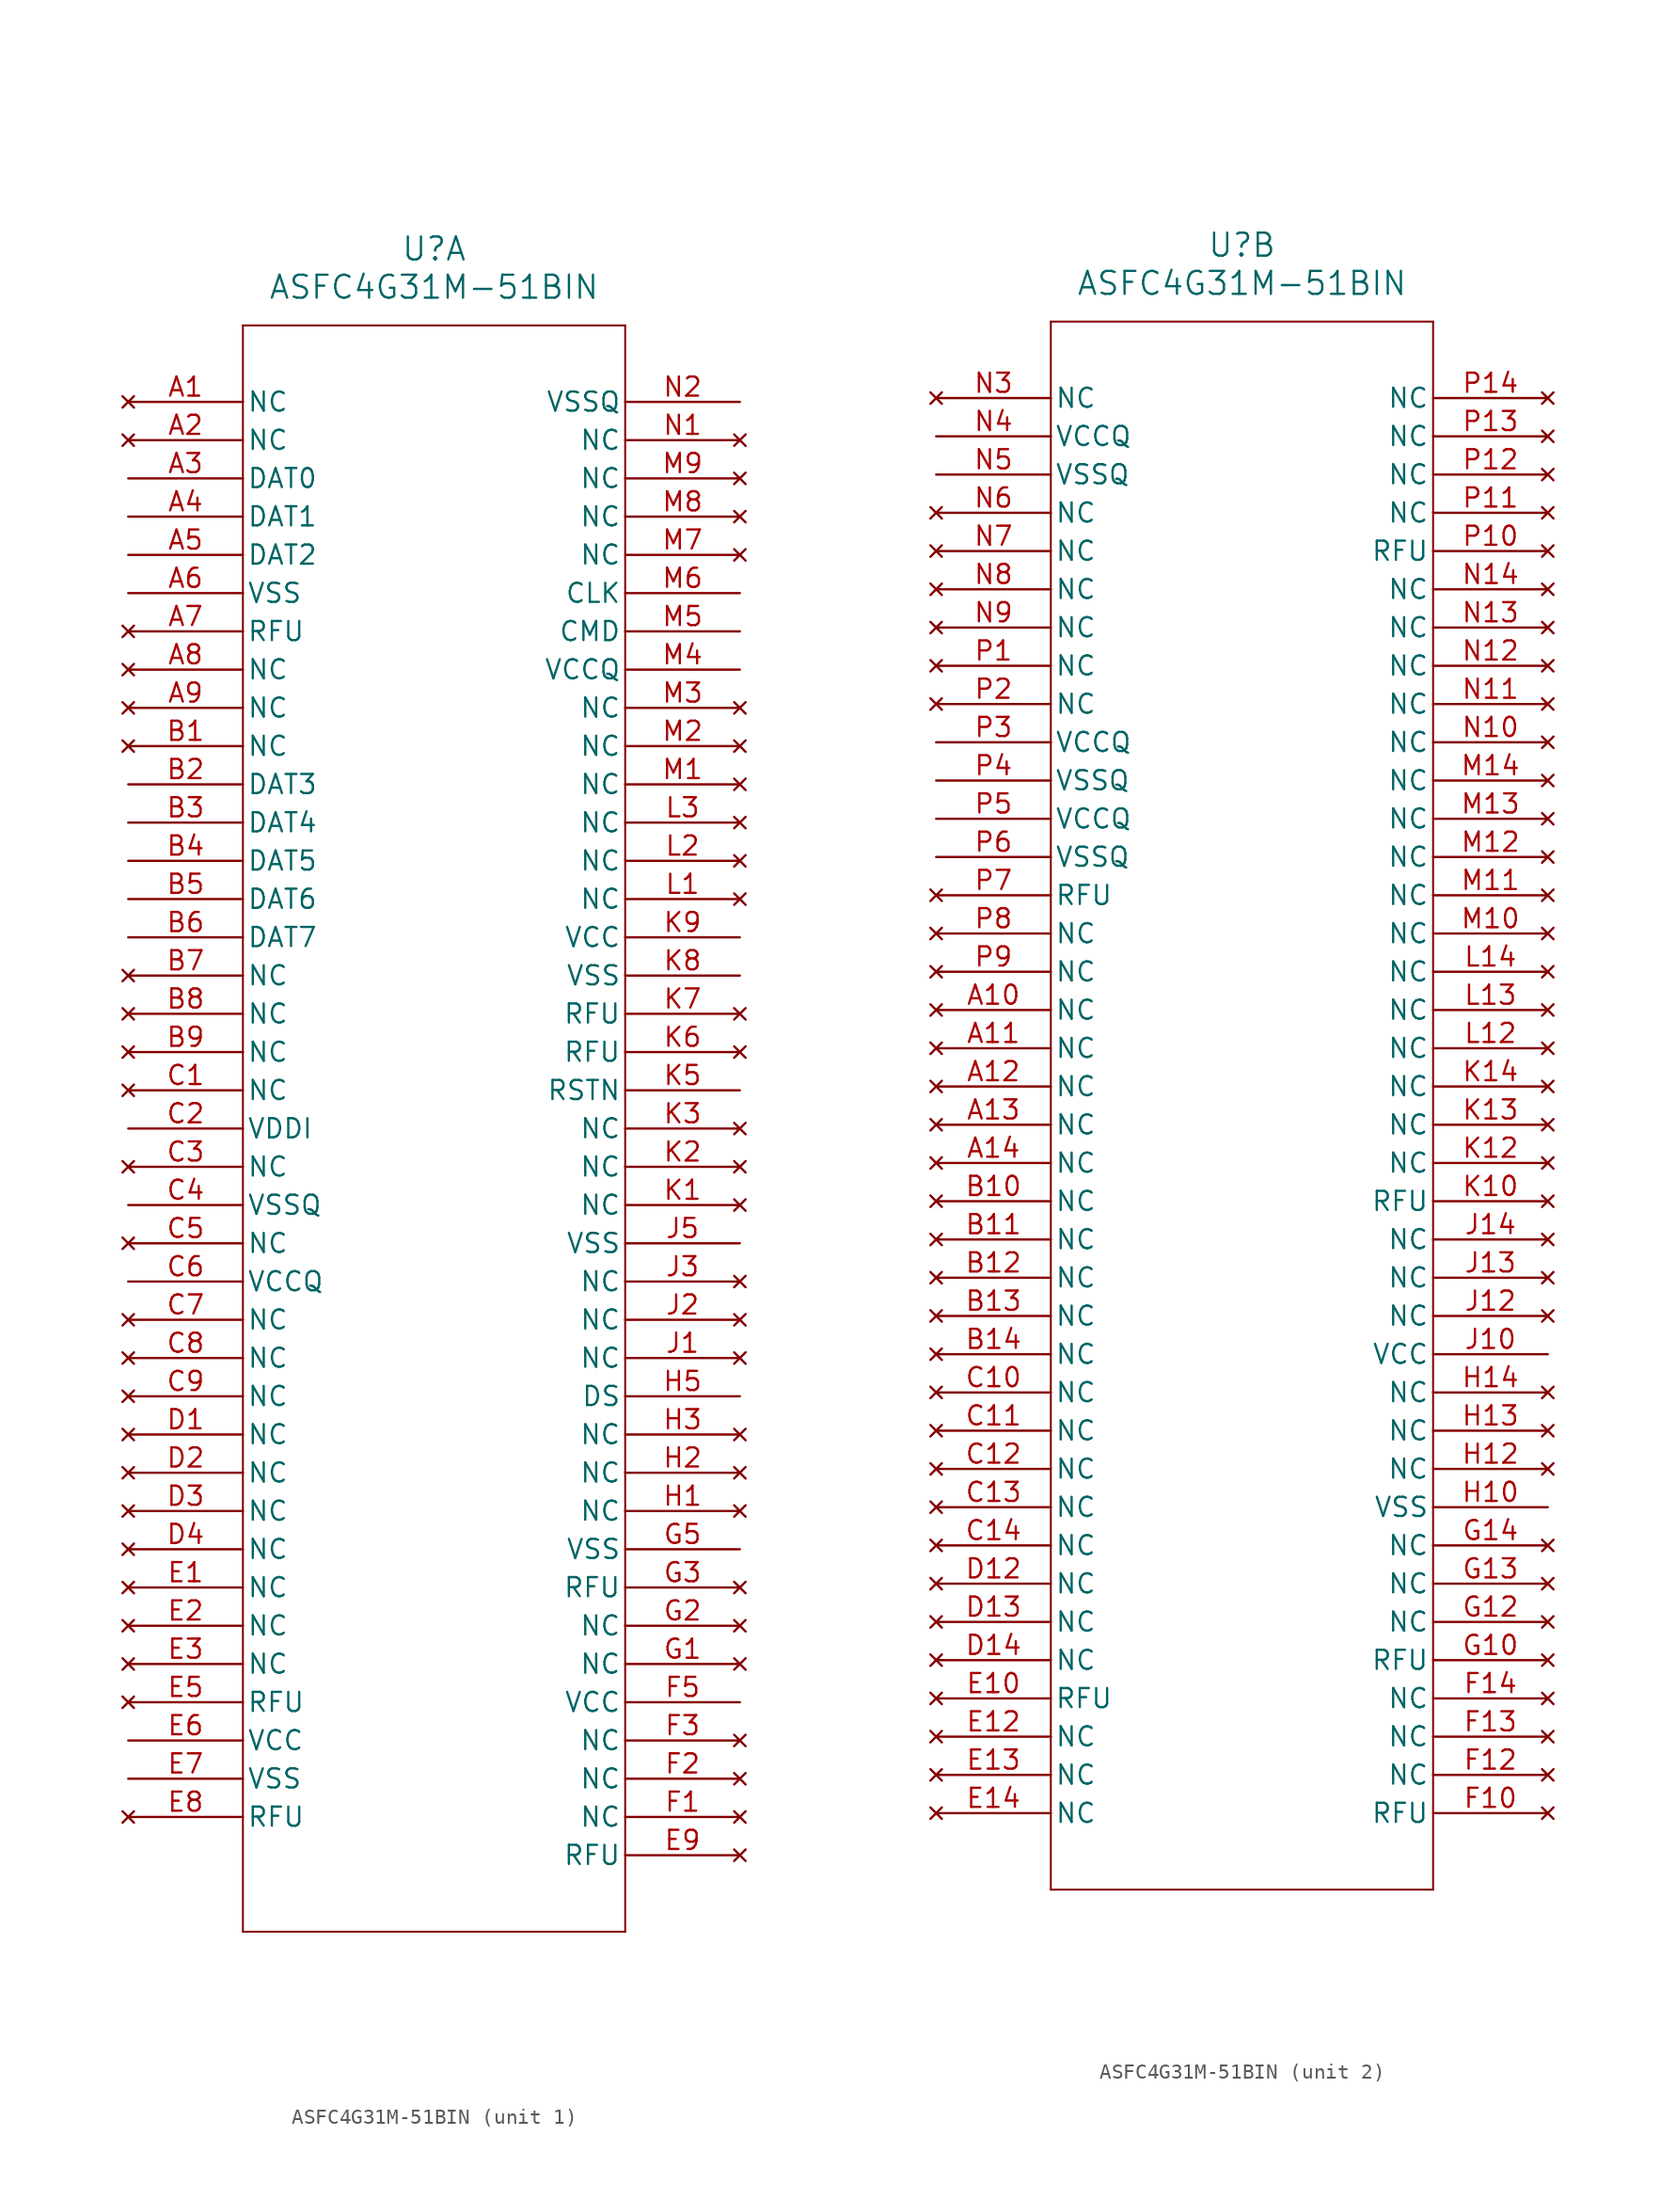
<source format=kicad_sym>
(kicad_symbol_lib
  (version 20211014)
  (generator kicad_symbol_editor)
  (symbol "ASFC4G31M-51BIN"
    (pin_names
      (offset 0.254))
    (property "Reference" "U"
      (at 20.32 10.16 0)
      (effects (font (size 1.524 1.524))))
    (property "Value" "ASFC4G31M-51BIN"
      (at 20.32 7.62 0)
      (effects (font (size 1.524 1.524))))
    (symbol "ASFC4G31M-51BIN_1_1"
      (polyline (pts (xy 7.62 5.08) (xy 7.62 -101.6)) (stroke (width 0.127) (type default) (color 0 0 0 0)) (fill (type none)))
      (polyline (pts (xy 7.62 -101.6) (xy 33.02 -101.6)) (stroke (width 0.127) (type default) (color 0 0 0 0)) (fill (type none)))
      (polyline (pts (xy 33.02 -101.6) (xy 33.02 5.08)) (stroke (width 0.127) (type default) (color 0 0 0 0)) (fill (type none)))
      (polyline (pts (xy 33.02 5.08) (xy 7.62 5.08)) (stroke (width 0.127) (type default) (color 0 0 0 0)) (fill (type none)))
      (pin no_connect line (at 0 0 0) (length 7.62) (name "NC" (effects (font (size 1.27 1.27)))) (number "A1" (effects (font (size 1.27 1.27)))))
      (pin no_connect line (at 0 -2.54 0) (length 7.62) (name "NC" (effects (font (size 1.27 1.27)))) (number "A2" (effects (font (size 1.27 1.27)))))
      (pin bidirectional line (at 0 -5.08 0) (length 7.62) (name "DAT0" (effects (font (size 1.27 1.27)))) (number "A3" (effects (font (size 1.27 1.27)))))
      (pin bidirectional line (at 0 -7.62 0) (length 7.62) (name "DAT1" (effects (font (size 1.27 1.27)))) (number "A4" (effects (font (size 1.27 1.27)))))
      (pin bidirectional line (at 0 -10.16 0) (length 7.62) (name "DAT2" (effects (font (size 1.27 1.27)))) (number "A5" (effects (font (size 1.27 1.27)))))
      (pin power_out line (at 0 -12.7 0) (length 7.62) (name "VSS" (effects (font (size 1.27 1.27)))) (number "A6" (effects (font (size 1.27 1.27)))))
      (pin no_connect line (at 0 -15.24 0) (length 7.62) (name "RFU" (effects (font (size 1.27 1.27)))) (number "A7" (effects (font (size 1.27 1.27)))))
      (pin no_connect line (at 0 -17.78 0) (length 7.62) (name "NC" (effects (font (size 1.27 1.27)))) (number "A8" (effects (font (size 1.27 1.27)))))
      (pin no_connect line (at 0 -20.32 0) (length 7.62) (name "NC" (effects (font (size 1.27 1.27)))) (number "A9" (effects (font (size 1.27 1.27)))))
      (pin no_connect line (at 0 -22.86 0) (length 7.62) (name "NC" (effects (font (size 1.27 1.27)))) (number "B1" (effects (font (size 1.27 1.27)))))
      (pin bidirectional line (at 0 -25.4 0) (length 7.62) (name "DAT3" (effects (font (size 1.27 1.27)))) (number "B2" (effects (font (size 1.27 1.27)))))
      (pin bidirectional line (at 0 -27.94 0) (length 7.62) (name "DAT4" (effects (font (size 1.27 1.27)))) (number "B3" (effects (font (size 1.27 1.27)))))
      (pin bidirectional line (at 0 -30.48 0) (length 7.62) (name "DAT5" (effects (font (size 1.27 1.27)))) (number "B4" (effects (font (size 1.27 1.27)))))
      (pin bidirectional line (at 0 -33.02 0) (length 7.62) (name "DAT6" (effects (font (size 1.27 1.27)))) (number "B5" (effects (font (size 1.27 1.27)))))
      (pin bidirectional line (at 0 -35.56 0) (length 7.62) (name "DAT7" (effects (font (size 1.27 1.27)))) (number "B6" (effects (font (size 1.27 1.27)))))
      (pin no_connect line (at 0 -38.1 0) (length 7.62) (name "NC" (effects (font (size 1.27 1.27)))) (number "B7" (effects (font (size 1.27 1.27)))))
      (pin no_connect line (at 0 -40.64 0) (length 7.62) (name "NC" (effects (font (size 1.27 1.27)))) (number "B8" (effects (font (size 1.27 1.27)))))
      (pin no_connect line (at 0 -43.18 0) (length 7.62) (name "NC" (effects (font (size 1.27 1.27)))) (number "B9" (effects (font (size 1.27 1.27)))))
      (pin no_connect line (at 0 -45.72 0) (length 7.62) (name "NC" (effects (font (size 1.27 1.27)))) (number "C1" (effects (font (size 1.27 1.27)))))
      (pin power_in line (at 0 -48.26 0) (length 7.62) (name "VDDI" (effects (font (size 1.27 1.27)))) (number "C2" (effects (font (size 1.27 1.27)))))
      (pin no_connect line (at 0 -50.8 0) (length 7.62) (name "NC" (effects (font (size 1.27 1.27)))) (number "C3" (effects (font (size 1.27 1.27)))))
      (pin power_out line (at 0 -53.34 0) (length 7.62) (name "VSSQ" (effects (font (size 1.27 1.27)))) (number "C4" (effects (font (size 1.27 1.27)))))
      (pin no_connect line (at 0 -55.88 0) (length 7.62) (name "NC" (effects (font (size 1.27 1.27)))) (number "C5" (effects (font (size 1.27 1.27)))))
      (pin power_in line (at 0 -58.42 0) (length 7.62) (name "VCCQ" (effects (font (size 1.27 1.27)))) (number "C6" (effects (font (size 1.27 1.27)))))
      (pin no_connect line (at 0 -60.96 0) (length 7.62) (name "NC" (effects (font (size 1.27 1.27)))) (number "C7" (effects (font (size 1.27 1.27)))))
      (pin no_connect line (at 0 -63.5 0) (length 7.62) (name "NC" (effects (font (size 1.27 1.27)))) (number "C8" (effects (font (size 1.27 1.27)))))
      (pin no_connect line (at 0 -66.04 0) (length 7.62) (name "NC" (effects (font (size 1.27 1.27)))) (number "C9" (effects (font (size 1.27 1.27)))))
      (pin no_connect line (at 0 -68.58 0) (length 7.62) (name "NC" (effects (font (size 1.27 1.27)))) (number "D1" (effects (font (size 1.27 1.27)))))
      (pin no_connect line (at 0 -71.12 0) (length 7.62) (name "NC" (effects (font (size 1.27 1.27)))) (number "D2" (effects (font (size 1.27 1.27)))))
      (pin no_connect line (at 0 -73.66 0) (length 7.62) (name "NC" (effects (font (size 1.27 1.27)))) (number "D3" (effects (font (size 1.27 1.27)))))
      (pin no_connect line (at 0 -76.2 0) (length 7.62) (name "NC" (effects (font (size 1.27 1.27)))) (number "D4" (effects (font (size 1.27 1.27)))))
      (pin no_connect line (at 0 -78.74 0) (length 7.62) (name "NC" (effects (font (size 1.27 1.27)))) (number "E1" (effects (font (size 1.27 1.27)))))
      (pin no_connect line (at 0 -81.28 0) (length 7.62) (name "NC" (effects (font (size 1.27 1.27)))) (number "E2" (effects (font (size 1.27 1.27)))))
      (pin no_connect line (at 0 -83.82 0) (length 7.62) (name "NC" (effects (font (size 1.27 1.27)))) (number "E3" (effects (font (size 1.27 1.27)))))
      (pin no_connect line (at 0 -86.36 0) (length 7.62) (name "RFU" (effects (font (size 1.27 1.27)))) (number "E5" (effects (font (size 1.27 1.27)))))
      (pin power_in line (at 0 -88.9 0) (length 7.62) (name "VCC" (effects (font (size 1.27 1.27)))) (number "E6" (effects (font (size 1.27 1.27)))))
      (pin power_out line (at 0 -91.44 0) (length 7.62) (name "VSS" (effects (font (size 1.27 1.27)))) (number "E7" (effects (font (size 1.27 1.27)))))
      (pin no_connect line (at 0 -93.98 0) (length 7.62) (name "RFU" (effects (font (size 1.27 1.27)))) (number "E8" (effects (font (size 1.27 1.27)))))
      (pin no_connect line (at 40.64 -96.52 180) (length 7.62) (name "RFU" (effects (font (size 1.27 1.27)))) (number "E9" (effects (font (size 1.27 1.27)))))
      (pin no_connect line (at 40.64 -93.98 180) (length 7.62) (name "NC" (effects (font (size 1.27 1.27)))) (number "F1" (effects (font (size 1.27 1.27)))))
      (pin no_connect line (at 40.64 -91.44 180) (length 7.62) (name "NC" (effects (font (size 1.27 1.27)))) (number "F2" (effects (font (size 1.27 1.27)))))
      (pin no_connect line (at 40.64 -88.9 180) (length 7.62) (name "NC" (effects (font (size 1.27 1.27)))) (number "F3" (effects (font (size 1.27 1.27)))))
      (pin power_in line (at 40.64 -86.36 180) (length 7.62) (name "VCC" (effects (font (size 1.27 1.27)))) (number "F5" (effects (font (size 1.27 1.27)))))
      (pin no_connect line (at 40.64 -83.82 180) (length 7.62) (name "NC" (effects (font (size 1.27 1.27)))) (number "G1" (effects (font (size 1.27 1.27)))))
      (pin no_connect line (at 40.64 -81.28 180) (length 7.62) (name "NC" (effects (font (size 1.27 1.27)))) (number "G2" (effects (font (size 1.27 1.27)))))
      (pin no_connect line (at 40.64 -78.74 180) (length 7.62) (name "RFU" (effects (font (size 1.27 1.27)))) (number "G3" (effects (font (size 1.27 1.27)))))
      (pin power_out line (at 40.64 -76.2 180) (length 7.62) (name "VSS" (effects (font (size 1.27 1.27)))) (number "G5" (effects (font (size 1.27 1.27)))))
      (pin no_connect line (at 40.64 -73.66 180) (length 7.62) (name "NC" (effects (font (size 1.27 1.27)))) (number "H1" (effects (font (size 1.27 1.27)))))
      (pin no_connect line (at 40.64 -71.12 180) (length 7.62) (name "NC" (effects (font (size 1.27 1.27)))) (number "H2" (effects (font (size 1.27 1.27)))))
      (pin no_connect line (at 40.64 -68.58 180) (length 7.62) (name "NC" (effects (font (size 1.27 1.27)))) (number "H3" (effects (font (size 1.27 1.27)))))
      (pin output line (at 40.64 -66.04 180) (length 7.62) (name "DS" (effects (font (size 1.27 1.27)))) (number "H5" (effects (font (size 1.27 1.27)))))
      (pin no_connect line (at 40.64 -63.5 180) (length 7.62) (name "NC" (effects (font (size 1.27 1.27)))) (number "J1" (effects (font (size 1.27 1.27)))))
      (pin no_connect line (at 40.64 -60.96 180) (length 7.62) (name "NC" (effects (font (size 1.27 1.27)))) (number "J2" (effects (font (size 1.27 1.27)))))
      (pin no_connect line (at 40.64 -58.42 180) (length 7.62) (name "NC" (effects (font (size 1.27 1.27)))) (number "J3" (effects (font (size 1.27 1.27)))))
      (pin power_out line (at 40.64 -55.88 180) (length 7.62) (name "VSS" (effects (font (size 1.27 1.27)))) (number "J5" (effects (font (size 1.27 1.27)))))
      (pin no_connect line (at 40.64 -53.34 180) (length 7.62) (name "NC" (effects (font (size 1.27 1.27)))) (number "K1" (effects (font (size 1.27 1.27)))))
      (pin no_connect line (at 40.64 -50.8 180) (length 7.62) (name "NC" (effects (font (size 1.27 1.27)))) (number "K2" (effects (font (size 1.27 1.27)))))
      (pin no_connect line (at 40.64 -48.26 180) (length 7.62) (name "NC" (effects (font (size 1.27 1.27)))) (number "K3" (effects (font (size 1.27 1.27)))))
      (pin input line (at 40.64 -45.72 180) (length 7.62) (name "RSTN" (effects (font (size 1.27 1.27)))) (number "K5" (effects (font (size 1.27 1.27)))))
      (pin no_connect line (at 40.64 -43.18 180) (length 7.62) (name "RFU" (effects (font (size 1.27 1.27)))) (number "K6" (effects (font (size 1.27 1.27)))))
      (pin no_connect line (at 40.64 -40.64 180) (length 7.62) (name "RFU" (effects (font (size 1.27 1.27)))) (number "K7" (effects (font (size 1.27 1.27)))))
      (pin power_out line (at 40.64 -38.1 180) (length 7.62) (name "VSS" (effects (font (size 1.27 1.27)))) (number "K8" (effects (font (size 1.27 1.27)))))
      (pin power_in line (at 40.64 -35.56 180) (length 7.62) (name "VCC" (effects (font (size 1.27 1.27)))) (number "K9" (effects (font (size 1.27 1.27)))))
      (pin no_connect line (at 40.64 -33.02 180) (length 7.62) (name "NC" (effects (font (size 1.27 1.27)))) (number "L1" (effects (font (size 1.27 1.27)))))
      (pin no_connect line (at 40.64 -30.48 180) (length 7.62) (name "NC" (effects (font (size 1.27 1.27)))) (number "L2" (effects (font (size 1.27 1.27)))))
      (pin no_connect line (at 40.64 -27.94 180) (length 7.62) (name "NC" (effects (font (size 1.27 1.27)))) (number "L3" (effects (font (size 1.27 1.27)))))
      (pin no_connect line (at 40.64 -25.4 180) (length 7.62) (name "NC" (effects (font (size 1.27 1.27)))) (number "M1" (effects (font (size 1.27 1.27)))))
      (pin no_connect line (at 40.64 -22.86 180) (length 7.62) (name "NC" (effects (font (size 1.27 1.27)))) (number "M2" (effects (font (size 1.27 1.27)))))
      (pin no_connect line (at 40.64 -20.32 180) (length 7.62) (name "NC" (effects (font (size 1.27 1.27)))) (number "M3" (effects (font (size 1.27 1.27)))))
      (pin power_in line (at 40.64 -17.78 180) (length 7.62) (name "VCCQ" (effects (font (size 1.27 1.27)))) (number "M4" (effects (font (size 1.27 1.27)))))
      (pin bidirectional line (at 40.64 -15.24 180) (length 7.62) (name "CMD" (effects (font (size 1.27 1.27)))) (number "M5" (effects (font (size 1.27 1.27)))))
      (pin input line (at 40.64 -12.7 180) (length 7.62) (name "CLK" (effects (font (size 1.27 1.27)))) (number "M6" (effects (font (size 1.27 1.27)))))
      (pin no_connect line (at 40.64 -10.16 180) (length 7.62) (name "NC" (effects (font (size 1.27 1.27)))) (number "M7" (effects (font (size 1.27 1.27)))))
      (pin no_connect line (at 40.64 -7.62 180) (length 7.62) (name "NC" (effects (font (size 1.27 1.27)))) (number "M8" (effects (font (size 1.27 1.27)))))
      (pin no_connect line (at 40.64 -5.08 180) (length 7.62) (name "NC" (effects (font (size 1.27 1.27)))) (number "M9" (effects (font (size 1.27 1.27)))))
      (pin no_connect line (at 40.64 -2.54 180) (length 7.62) (name "NC" (effects (font (size 1.27 1.27)))) (number "N1" (effects (font (size 1.27 1.27)))))
      (pin power_out line (at 40.64 0 180) (length 7.62) (name "VSSQ" (effects (font (size 1.27 1.27)))) (number "N2" (effects (font (size 1.27 1.27))))))
    (symbol "ASFC4G31M-51BIN_2_1"
      (polyline (pts (xy 7.62 5.08) (xy 7.62 -99.06)) (stroke (width 0.127) (type default) (color 0 0 0 0)) (fill (type none)))
      (polyline (pts (xy 7.62 -99.06) (xy 33.02 -99.06)) (stroke (width 0.127) (type default) (color 0 0 0 0)) (fill (type none)))
      (polyline (pts (xy 33.02 -99.06) (xy 33.02 5.08)) (stroke (width 0.127) (type default) (color 0 0 0 0)) (fill (type none)))
      (polyline (pts (xy 33.02 5.08) (xy 7.62 5.08)) (stroke (width 0.127) (type default) (color 0 0 0 0)) (fill (type none)))
      (pin no_connect line (at 0 0 0) (length 7.62) (name "NC" (effects (font (size 1.27 1.27)))) (number "N3" (effects (font (size 1.27 1.27)))))
      (pin power_in line (at 0 -2.54 0) (length 7.62) (name "VCCQ" (effects (font (size 1.27 1.27)))) (number "N4" (effects (font (size 1.27 1.27)))))
      (pin power_out line (at 0 -5.08 0) (length 7.62) (name "VSSQ" (effects (font (size 1.27 1.27)))) (number "N5" (effects (font (size 1.27 1.27)))))
      (pin no_connect line (at 0 -7.62 0) (length 7.62) (name "NC" (effects (font (size 1.27 1.27)))) (number "N6" (effects (font (size 1.27 1.27)))))
      (pin no_connect line (at 0 -10.16 0) (length 7.62) (name "NC" (effects (font (size 1.27 1.27)))) (number "N7" (effects (font (size 1.27 1.27)))))
      (pin no_connect line (at 0 -12.7 0) (length 7.62) (name "NC" (effects (font (size 1.27 1.27)))) (number "N8" (effects (font (size 1.27 1.27)))))
      (pin no_connect line (at 0 -15.24 0) (length 7.62) (name "NC" (effects (font (size 1.27 1.27)))) (number "N9" (effects (font (size 1.27 1.27)))))
      (pin no_connect line (at 0 -17.78 0) (length 7.62) (name "NC" (effects (font (size 1.27 1.27)))) (number "P1" (effects (font (size 1.27 1.27)))))
      (pin no_connect line (at 0 -20.32 0) (length 7.62) (name "NC" (effects (font (size 1.27 1.27)))) (number "P2" (effects (font (size 1.27 1.27)))))
      (pin power_in line (at 0 -22.86 0) (length 7.62) (name "VCCQ" (effects (font (size 1.27 1.27)))) (number "P3" (effects (font (size 1.27 1.27)))))
      (pin power_out line (at 0 -25.4 0) (length 7.62) (name "VSSQ" (effects (font (size 1.27 1.27)))) (number "P4" (effects (font (size 1.27 1.27)))))
      (pin power_in line (at 0 -27.94 0) (length 7.62) (name "VCCQ" (effects (font (size 1.27 1.27)))) (number "P5" (effects (font (size 1.27 1.27)))))
      (pin power_out line (at 0 -30.48 0) (length 7.62) (name "VSSQ" (effects (font (size 1.27 1.27)))) (number "P6" (effects (font (size 1.27 1.27)))))
      (pin no_connect line (at 0 -33.02 0) (length 7.62) (name "RFU" (effects (font (size 1.27 1.27)))) (number "P7" (effects (font (size 1.27 1.27)))))
      (pin no_connect line (at 0 -35.56 0) (length 7.62) (name "NC" (effects (font (size 1.27 1.27)))) (number "P8" (effects (font (size 1.27 1.27)))))
      (pin no_connect line (at 0 -38.1 0) (length 7.62) (name "NC" (effects (font (size 1.27 1.27)))) (number "P9" (effects (font (size 1.27 1.27)))))
      (pin no_connect line (at 0 -40.64 0) (length 7.62) (name "NC" (effects (font (size 1.27 1.27)))) (number "A10" (effects (font (size 1.27 1.27)))))
      (pin no_connect line (at 0 -43.18 0) (length 7.62) (name "NC" (effects (font (size 1.27 1.27)))) (number "A11" (effects (font (size 1.27 1.27)))))
      (pin no_connect line (at 0 -45.72 0) (length 7.62) (name "NC" (effects (font (size 1.27 1.27)))) (number "A12" (effects (font (size 1.27 1.27)))))
      (pin no_connect line (at 0 -48.26 0) (length 7.62) (name "NC" (effects (font (size 1.27 1.27)))) (number "A13" (effects (font (size 1.27 1.27)))))
      (pin no_connect line (at 0 -50.8 0) (length 7.62) (name "NC" (effects (font (size 1.27 1.27)))) (number "A14" (effects (font (size 1.27 1.27)))))
      (pin no_connect line (at 0 -53.34 0) (length 7.62) (name "NC" (effects (font (size 1.27 1.27)))) (number "B10" (effects (font (size 1.27 1.27)))))
      (pin no_connect line (at 0 -55.88 0) (length 7.62) (name "NC" (effects (font (size 1.27 1.27)))) (number "B11" (effects (font (size 1.27 1.27)))))
      (pin no_connect line (at 0 -58.42 0) (length 7.62) (name "NC" (effects (font (size 1.27 1.27)))) (number "B12" (effects (font (size 1.27 1.27)))))
      (pin no_connect line (at 0 -60.96 0) (length 7.62) (name "NC" (effects (font (size 1.27 1.27)))) (number "B13" (effects (font (size 1.27 1.27)))))
      (pin no_connect line (at 0 -63.5 0) (length 7.62) (name "NC" (effects (font (size 1.27 1.27)))) (number "B14" (effects (font (size 1.27 1.27)))))
      (pin no_connect line (at 0 -66.04 0) (length 7.62) (name "NC" (effects (font (size 1.27 1.27)))) (number "C10" (effects (font (size 1.27 1.27)))))
      (pin no_connect line (at 0 -68.58 0) (length 7.62) (name "NC" (effects (font (size 1.27 1.27)))) (number "C11" (effects (font (size 1.27 1.27)))))
      (pin no_connect line (at 0 -71.12 0) (length 7.62) (name "NC" (effects (font (size 1.27 1.27)))) (number "C12" (effects (font (size 1.27 1.27)))))
      (pin no_connect line (at 0 -73.66 0) (length 7.62) (name "NC" (effects (font (size 1.27 1.27)))) (number "C13" (effects (font (size 1.27 1.27)))))
      (pin no_connect line (at 0 -76.2 0) (length 7.62) (name "NC" (effects (font (size 1.27 1.27)))) (number "C14" (effects (font (size 1.27 1.27)))))
      (pin no_connect line (at 0 -78.74 0) (length 7.62) (name "NC" (effects (font (size 1.27 1.27)))) (number "D12" (effects (font (size 1.27 1.27)))))
      (pin no_connect line (at 0 -81.28 0) (length 7.62) (name "NC" (effects (font (size 1.27 1.27)))) (number "D13" (effects (font (size 1.27 1.27)))))
      (pin no_connect line (at 0 -83.82 0) (length 7.62) (name "NC" (effects (font (size 1.27 1.27)))) (number "D14" (effects (font (size 1.27 1.27)))))
      (pin no_connect line (at 0 -86.36 0) (length 7.62) (name "RFU" (effects (font (size 1.27 1.27)))) (number "E10" (effects (font (size 1.27 1.27)))))
      (pin no_connect line (at 0 -88.9 0) (length 7.62) (name "NC" (effects (font (size 1.27 1.27)))) (number "E12" (effects (font (size 1.27 1.27)))))
      (pin no_connect line (at 0 -91.44 0) (length 7.62) (name "NC" (effects (font (size 1.27 1.27)))) (number "E13" (effects (font (size 1.27 1.27)))))
      (pin no_connect line (at 0 -93.98 0) (length 7.62) (name "NC" (effects (font (size 1.27 1.27)))) (number "E14" (effects (font (size 1.27 1.27)))))
      (pin no_connect line (at 40.64 -93.98 180) (length 7.62) (name "RFU" (effects (font (size 1.27 1.27)))) (number "F10" (effects (font (size 1.27 1.27)))))
      (pin no_connect line (at 40.64 -91.44 180) (length 7.62) (name "NC" (effects (font (size 1.27 1.27)))) (number "F12" (effects (font (size 1.27 1.27)))))
      (pin no_connect line (at 40.64 -88.9 180) (length 7.62) (name "NC" (effects (font (size 1.27 1.27)))) (number "F13" (effects (font (size 1.27 1.27)))))
      (pin no_connect line (at 40.64 -86.36 180) (length 7.62) (name "NC" (effects (font (size 1.27 1.27)))) (number "F14" (effects (font (size 1.27 1.27)))))
      (pin no_connect line (at 40.64 -83.82 180) (length 7.62) (name "RFU" (effects (font (size 1.27 1.27)))) (number "G10" (effects (font (size 1.27 1.27)))))
      (pin no_connect line (at 40.64 -81.28 180) (length 7.62) (name "NC" (effects (font (size 1.27 1.27)))) (number "G12" (effects (font (size 1.27 1.27)))))
      (pin no_connect line (at 40.64 -78.74 180) (length 7.62) (name "NC" (effects (font (size 1.27 1.27)))) (number "G13" (effects (font (size 1.27 1.27)))))
      (pin no_connect line (at 40.64 -76.2 180) (length 7.62) (name "NC" (effects (font (size 1.27 1.27)))) (number "G14" (effects (font (size 1.27 1.27)))))
      (pin power_out line (at 40.64 -73.66 180) (length 7.62) (name "VSS" (effects (font (size 1.27 1.27)))) (number "H10" (effects (font (size 1.27 1.27)))))
      (pin no_connect line (at 40.64 -71.12 180) (length 7.62) (name "NC" (effects (font (size 1.27 1.27)))) (number "H12" (effects (font (size 1.27 1.27)))))
      (pin no_connect line (at 40.64 -68.58 180) (length 7.62) (name "NC" (effects (font (size 1.27 1.27)))) (number "H13" (effects (font (size 1.27 1.27)))))
      (pin no_connect line (at 40.64 -66.04 180) (length 7.62) (name "NC" (effects (font (size 1.27 1.27)))) (number "H14" (effects (font (size 1.27 1.27)))))
      (pin power_in line (at 40.64 -63.5 180) (length 7.62) (name "VCC" (effects (font (size 1.27 1.27)))) (number "J10" (effects (font (size 1.27 1.27)))))
      (pin no_connect line (at 40.64 -60.96 180) (length 7.62) (name "NC" (effects (font (size 1.27 1.27)))) (number "J12" (effects (font (size 1.27 1.27)))))
      (pin no_connect line (at 40.64 -58.42 180) (length 7.62) (name "NC" (effects (font (size 1.27 1.27)))) (number "J13" (effects (font (size 1.27 1.27)))))
      (pin no_connect line (at 40.64 -55.88 180) (length 7.62) (name "NC" (effects (font (size 1.27 1.27)))) (number "J14" (effects (font (size 1.27 1.27)))))
      (pin no_connect line (at 40.64 -53.34 180) (length 7.62) (name "RFU" (effects (font (size 1.27 1.27)))) (number "K10" (effects (font (size 1.27 1.27)))))
      (pin no_connect line (at 40.64 -50.8 180) (length 7.62) (name "NC" (effects (font (size 1.27 1.27)))) (number "K12" (effects (font (size 1.27 1.27)))))
      (pin no_connect line (at 40.64 -48.26 180) (length 7.62) (name "NC" (effects (font (size 1.27 1.27)))) (number "K13" (effects (font (size 1.27 1.27)))))
      (pin no_connect line (at 40.64 -45.72 180) (length 7.62) (name "NC" (effects (font (size 1.27 1.27)))) (number "K14" (effects (font (size 1.27 1.27)))))
      (pin no_connect line (at 40.64 -43.18 180) (length 7.62) (name "NC" (effects (font (size 1.27 1.27)))) (number "L12" (effects (font (size 1.27 1.27)))))
      (pin no_connect line (at 40.64 -40.64 180) (length 7.62) (name "NC" (effects (font (size 1.27 1.27)))) (number "L13" (effects (font (size 1.27 1.27)))))
      (pin no_connect line (at 40.64 -38.1 180) (length 7.62) (name "NC" (effects (font (size 1.27 1.27)))) (number "L14" (effects (font (size 1.27 1.27)))))
      (pin no_connect line (at 40.64 -35.56 180) (length 7.62) (name "NC" (effects (font (size 1.27 1.27)))) (number "M10" (effects (font (size 1.27 1.27)))))
      (pin no_connect line (at 40.64 -33.02 180) (length 7.62) (name "NC" (effects (font (size 1.27 1.27)))) (number "M11" (effects (font (size 1.27 1.27)))))
      (pin no_connect line (at 40.64 -30.48 180) (length 7.62) (name "NC" (effects (font (size 1.27 1.27)))) (number "M12" (effects (font (size 1.27 1.27)))))
      (pin no_connect line (at 40.64 -27.94 180) (length 7.62) (name "NC" (effects (font (size 1.27 1.27)))) (number "M13" (effects (font (size 1.27 1.27)))))
      (pin no_connect line (at 40.64 -25.4 180) (length 7.62) (name "NC" (effects (font (size 1.27 1.27)))) (number "M14" (effects (font (size 1.27 1.27)))))
      (pin no_connect line (at 40.64 -22.86 180) (length 7.62) (name "NC" (effects (font (size 1.27 1.27)))) (number "N10" (effects (font (size 1.27 1.27)))))
      (pin no_connect line (at 40.64 -20.32 180) (length 7.62) (name "NC" (effects (font (size 1.27 1.27)))) (number "N11" (effects (font (size 1.27 1.27)))))
      (pin no_connect line (at 40.64 -17.78 180) (length 7.62) (name "NC" (effects (font (size 1.27 1.27)))) (number "N12" (effects (font (size 1.27 1.27)))))
      (pin no_connect line (at 40.64 -15.24 180) (length 7.62) (name "NC" (effects (font (size 1.27 1.27)))) (number "N13" (effects (font (size 1.27 1.27)))))
      (pin no_connect line (at 40.64 -12.7 180) (length 7.62) (name "NC" (effects (font (size 1.27 1.27)))) (number "N14" (effects (font (size 1.27 1.27)))))
      (pin no_connect line (at 40.64 -10.16 180) (length 7.62) (name "RFU" (effects (font (size 1.27 1.27)))) (number "P10" (effects (font (size 1.27 1.27)))))
      (pin no_connect line (at 40.64 -7.62 180) (length 7.62) (name "NC" (effects (font (size 1.27 1.27)))) (number "P11" (effects (font (size 1.27 1.27)))))
      (pin no_connect line (at 40.64 -5.08 180) (length 7.62) (name "NC" (effects (font (size 1.27 1.27)))) (number "P12" (effects (font (size 1.27 1.27)))))
      (pin no_connect line (at 40.64 -2.54 180) (length 7.62) (name "NC" (effects (font (size 1.27 1.27)))) (number "P13" (effects (font (size 1.27 1.27)))))
      (pin no_connect line (at 40.64 0 180) (length 7.62) (name "NC" (effects (font (size 1.27 1.27)))) (number "P14" (effects (font (size 1.27 1.27))))))))
</source>
